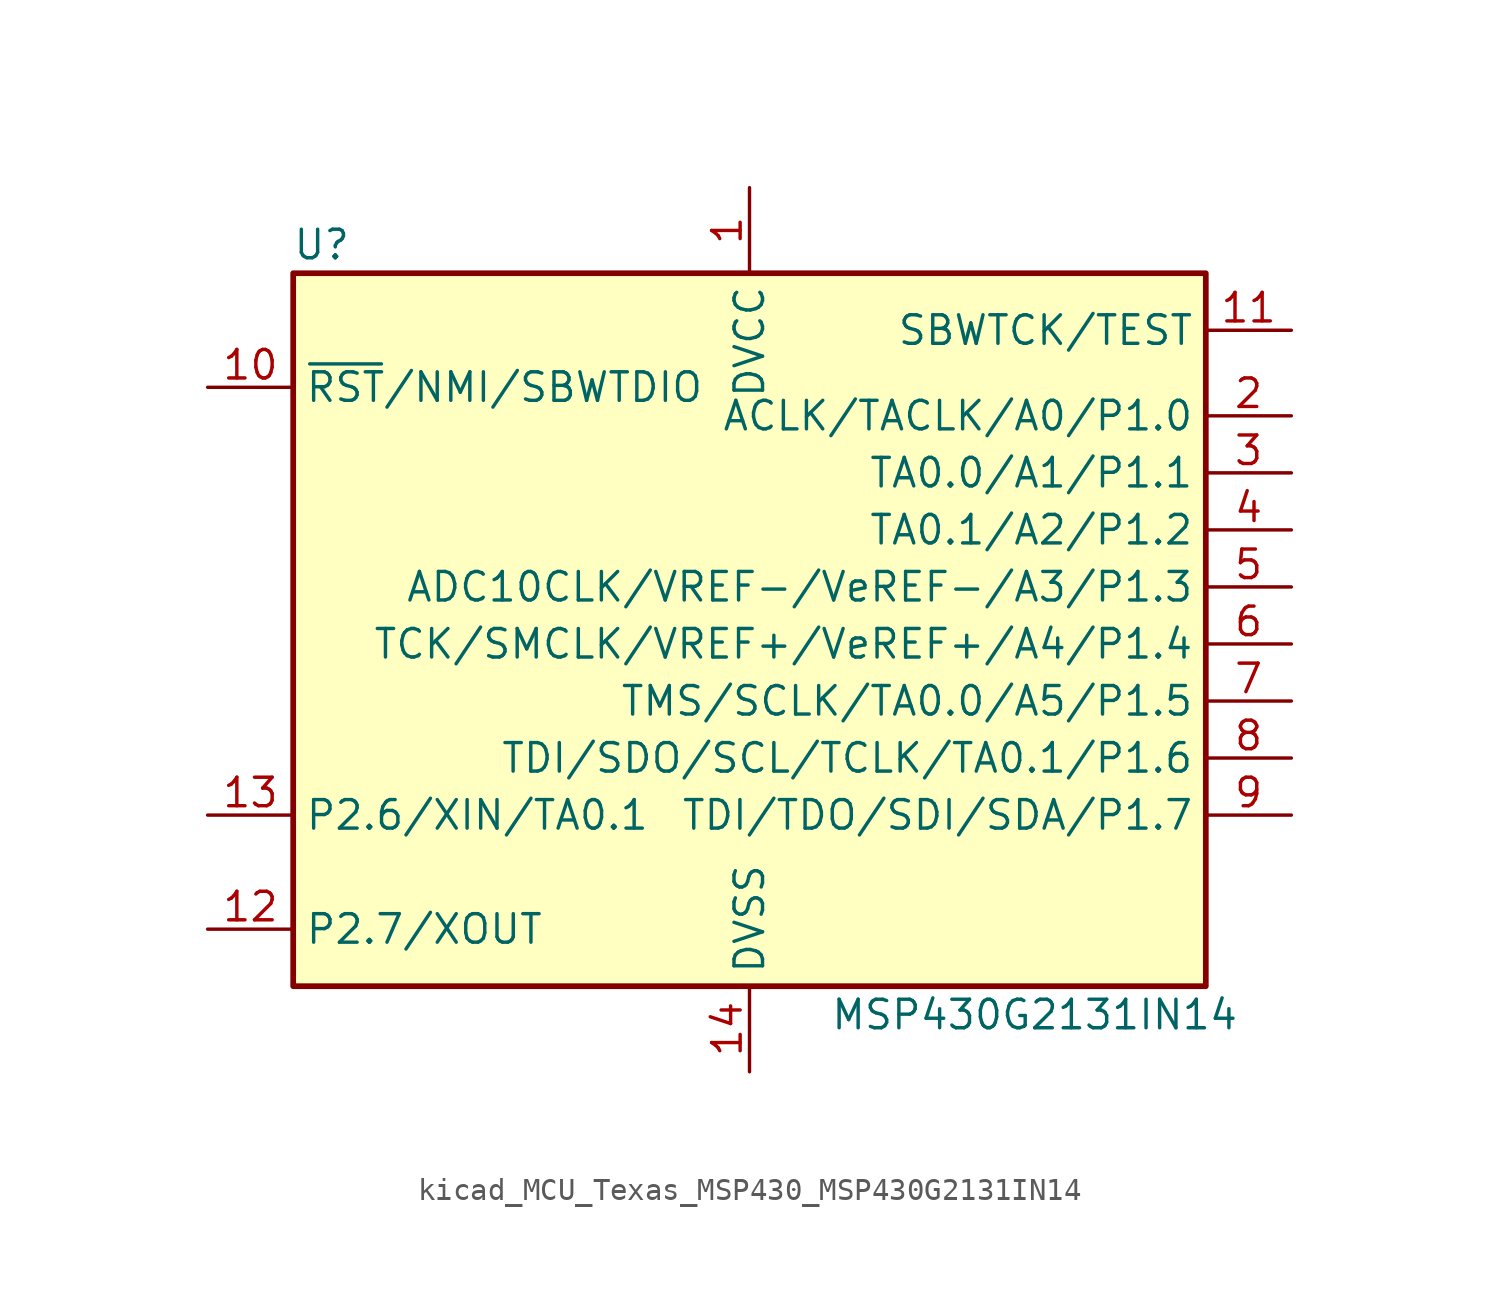
<source format=kicad_sym>
(kicad_symbol_lib
  (version 20220914)
  (generator kicad_symbol_editor)
  (symbol "kicad_MCU_Texas_MSP430_MSP430G2131IN14"
    (property "Reference" "U"
      (at -19.05 17.78 0)
      (effects (font (size 1.27 1.27))))
    (property "Value" "MSP430G2131IN14"
      (at 12.7 -16.51 0)
      (effects (font (size 1.27 1.27))))
    (symbol "kicad_MCU_Texas_MSP430_MSP430G2131IN14_0_1"
      (rectangle (start -20.32 16.51) (end 20.32 -15.24) (stroke (width 0.254) (type default)) (fill (type background))))
    (symbol "kicad_MCU_Texas_MSP430_MSP430G2131IN14_1_1"
      (pin power_in line (at 0 20.32 270) (length 3.81) (name "DVCC" (effects (font (size 1.27 1.27)))) (number "1" (effects (font (size 1.27 1.27)))))
      (pin input line (at -24.13 11.43 0) (length 3.81) (name "~{RST}/NMI/SBWTDIO" (effects (font (size 1.27 1.27)))) (number "10" (effects (font (size 1.27 1.27)))))
      (pin input line (at 24.13 13.97 180) (length 3.81) (name "SBWTCK/TEST" (effects (font (size 1.27 1.27)))) (number "11" (effects (font (size 1.27 1.27)))))
      (pin bidirectional line (at -24.13 -12.7 0) (length 3.81) (name "P2.7/XOUT" (effects (font (size 1.27 1.27)))) (number "12" (effects (font (size 1.27 1.27)))))
      (pin bidirectional line (at -24.13 -7.62 0) (length 3.81) (name "P2.6/XIN/TA0.1" (effects (font (size 1.27 1.27)))) (number "13" (effects (font (size 1.27 1.27)))))
      (pin power_in line (at 0 -19.05 90) (length 3.81) (name "DVSS" (effects (font (size 1.27 1.27)))) (number "14" (effects (font (size 1.27 1.27)))))
      (pin bidirectional line (at 24.13 10.16 180) (length 3.81) (name "ACLK/TACLK/A0/P1.0" (effects (font (size 1.27 1.27)))) (number "2" (effects (font (size 1.27 1.27)))))
      (pin bidirectional line (at 24.13 7.62 180) (length 3.81) (name "TA0.0/A1/P1.1" (effects (font (size 1.27 1.27)))) (number "3" (effects (font (size 1.27 1.27)))))
      (pin bidirectional line (at 24.13 5.08 180) (length 3.81) (name "TA0.1/A2/P1.2" (effects (font (size 1.27 1.27)))) (number "4" (effects (font (size 1.27 1.27)))))
      (pin bidirectional line (at 24.13 2.54 180) (length 3.81) (name "ADC10CLK/VREF-/VeREF-/A3/P1.3" (effects (font (size 1.27 1.27)))) (number "5" (effects (font (size 1.27 1.27)))))
      (pin bidirectional line (at 24.13 0 180) (length 3.81) (name "TCK/SMCLK/VREF+/VeREF+/A4/P1.4" (effects (font (size 1.27 1.27)))) (number "6" (effects (font (size 1.27 1.27)))))
      (pin bidirectional line (at 24.13 -2.54 180) (length 3.81) (name "TMS/SCLK/TA0.0/A5/P1.5" (effects (font (size 1.27 1.27)))) (number "7" (effects (font (size 1.27 1.27)))))
      (pin bidirectional line (at 24.13 -5.08 180) (length 3.81) (name "TDI/SDO/SCL/TCLK/TA0.1/P1.6" (effects (font (size 1.27 1.27)))) (number "8" (effects (font (size 1.27 1.27)))))
      (pin bidirectional line (at 24.13 -7.62 180) (length 3.81) (name "TDI/TDO/SDI/SDA/P1.7" (effects (font (size 1.27 1.27)))) (number "9" (effects (font (size 1.27 1.27))))))))
</source>
